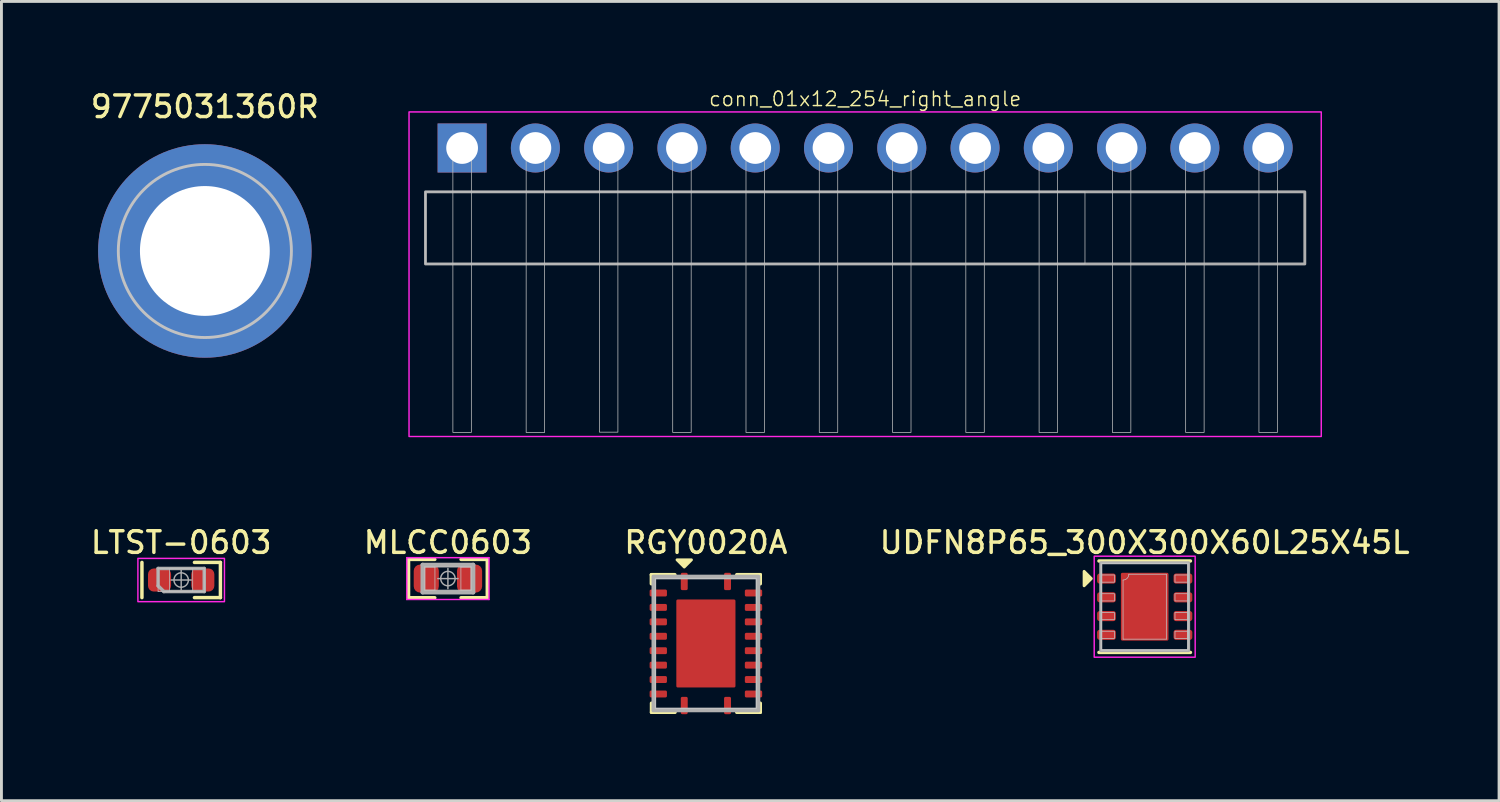
<source format=kicad_pcb>
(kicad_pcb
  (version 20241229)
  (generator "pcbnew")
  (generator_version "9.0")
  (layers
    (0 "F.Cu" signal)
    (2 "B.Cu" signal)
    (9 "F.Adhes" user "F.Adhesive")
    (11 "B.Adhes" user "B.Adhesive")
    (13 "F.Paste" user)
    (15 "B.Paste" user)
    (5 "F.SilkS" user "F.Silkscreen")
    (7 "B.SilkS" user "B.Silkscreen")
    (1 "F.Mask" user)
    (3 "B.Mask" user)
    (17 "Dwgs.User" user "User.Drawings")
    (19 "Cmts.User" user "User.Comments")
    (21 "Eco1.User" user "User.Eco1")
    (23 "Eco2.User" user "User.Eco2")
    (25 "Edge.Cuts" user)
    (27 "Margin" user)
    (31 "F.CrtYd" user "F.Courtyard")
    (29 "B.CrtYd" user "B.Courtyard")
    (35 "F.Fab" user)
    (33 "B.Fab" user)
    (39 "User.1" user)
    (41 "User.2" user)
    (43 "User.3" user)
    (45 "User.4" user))
  (footprint "9775031360R"
    (layer "F.Cu")
    (at 4.051 5.649)
    (property "Reference" "9775031360R" (at 0 -5 0) (unlocked yes) (layer "F.SilkS") (effects (font (size 0.75 0.75) (thickness 0.12))))
    (attr smd)
    (fp_poly (pts (arc (start -0.4 -3.635) (mid -2.585849 -2.585849) (end -3.635 -0.4)) (arc (start -2.24 -0.4) (mid -1.608975 -1.608975) (end -0.4 -2.24))) (stroke (width 0) (type solid)) (fill yes) (layer "B.Paste"))
    (fp_poly (pts (arc (start -0.4 2.24) (mid -1.608975 1.608975) (end -2.24 0.4)) (arc (start -3.635 0.4) (mid -2.585849 2.585849) (end -0.4 3.635))) (stroke (width 0) (type solid)) (fill yes) (layer "B.Paste"))
    (fp_poly (pts (arc (start 0.4 3.635) (mid 2.585849 2.585849) (end 3.635 0.4)) (arc (start 2.24 0.4) (mid 1.608975 1.608975) (end 0.4 2.24))) (stroke (width 0) (type solid)) (fill yes) (layer "B.Paste"))
    (fp_poly (pts (arc (start 2.24 -0.4) (mid 1.608975 -1.608975) (end 0.4 -2.24)) (arc (start 0.4 -3.635) (mid 2.585849 -2.585849) (end 3.635 -0.4))) (stroke (width 0) (type solid)) (fill yes) (layer "B.Paste"))
    (fp_circle (center 0 0) (end 2.1 0) (stroke (width 0.1) (type default)) (fill no) (layer "Dwgs.User"))
    (fp_circle (center 0 0) (end 3 0) (stroke (width 0.1) (type default)) (fill no) (layer "Dwgs.User"))
    (pad "1" thru_hole circle (at 0 0 180) (size 7.4 7.4) (drill 4.5) (layers "*.Cu" "*.Mask")))
  (footprint "MLCC0603"
    (layer "F.Cu")
    (at 12.476 17.005)
    (property "Reference" "MLCC0603" (at 0 -1.25 0) (layer "F.SilkS") (effects (font (size 0.75 0.75) (thickness 0.12))))
    (attr smd)
    (fp_line (start -1.365 -0.665) (end -0.455 -0.665) (stroke (width 0.12) (type solid)) (layer "F.SilkS"))
    (fp_line (start -1.365 0.665) (end -1.365 -0.665) (stroke (width 0.12) (type solid)) (layer "F.SilkS"))
    (fp_line (start -0.455 0.665) (end -1.365 0.665) (stroke (width 0.12) (type solid)) (layer "F.SilkS"))
    (fp_line (start 0.455 0.665) (end 1.365 0.665) (stroke (width 0.12) (type solid)) (layer "F.SilkS"))
    (fp_line (start 1.365 -0.665) (end 0.455 -0.665) (stroke (width 0.12) (type solid)) (layer "F.SilkS"))
    (fp_line (start 1.365 0.665) (end 1.365 -0.665) (stroke (width 0.12) (type solid)) (layer "F.SilkS"))
    (fp_line (start -0.8 -0.4) (end -0.45 -0.4) (stroke (width 0.025) (type solid)) (layer "Dwgs.User"))
    (fp_line (start -0.8 -0.4) (end 0.8 -0.4) (stroke (width 0.025) (type solid)) (layer "Dwgs.User"))
    (fp_line (start -0.8 0.4) (end -0.8 -0.4) (stroke (width 0.025) (type solid)) (layer "Dwgs.User"))
    (fp_line (start -0.8 0.4) (end -0.8 -0.4) (stroke (width 0.025) (type solid)) (layer "Dwgs.User"))
    (fp_line (start -0.45 -0.4) (end -0.45 0.4) (stroke (width 0.025) (type solid)) (layer "Dwgs.User"))
    (fp_line (start -0.45 0.4) (end -0.8 0.4) (stroke (width 0.025) (type solid)) (layer "Dwgs.User"))
    (fp_line (start 0.45 -0.4) (end 0.8 -0.4) (stroke (width 0.025) (type solid)) (layer "Dwgs.User"))
    (fp_line (start 0.45 0.4) (end 0.45 -0.4) (stroke (width 0.025) (type solid)) (layer "Dwgs.User"))
    (fp_line (start 0.8 -0.4) (end 0.8 0.4) (stroke (width 0.025) (type solid)) (layer "Dwgs.User"))
    (fp_line (start 0.8 -0.4) (end 0.8 0.4) (stroke (width 0.025) (type solid)) (layer "Dwgs.User"))
    (fp_line (start 0.8 0.4) (end -0.8 0.4) (stroke (width 0.025) (type solid)) (layer "Dwgs.User"))
    (fp_line (start 0.8 0.4) (end 0.45 0.4) (stroke (width 0.025) (type solid)) (layer "Dwgs.User"))
    (fp_line (start -1.425 -0.725) (end 1.425 -0.725) (stroke (width 0.05) (type solid)) (layer "F.CrtYd"))
    (fp_line (start -1.425 0.725) (end -1.425 -0.725) (stroke (width 0.05) (type solid)) (layer "F.CrtYd"))
    (fp_line (start 1.425 -0.725) (end 1.425 0.725) (stroke (width 0.05) (type solid)) (layer "F.CrtYd"))
    (fp_line (start 1.425 0.725) (end -1.425 0.725) (stroke (width 0.05) (type solid)) (layer "F.CrtYd"))
    (fp_line (start -0.875 -0.475) (end 0.875 -0.475) (stroke (width 0.15) (type solid)) (layer "F.Fab"))
    (fp_line (start -0.875 0.475) (end -0.875 -0.475) (stroke (width 0.15) (type solid)) (layer "F.Fab"))
    (fp_line (start 0 -0.35) (end 0 0.35) (stroke (width 0.05) (type solid)) (layer "F.Fab"))
    (fp_line (start 0.35 0) (end -0.35 0) (stroke (width 0.05) (type solid)) (layer "F.Fab"))
    (fp_line (start 0.875 -0.475) (end 0.875 0.475) (stroke (width 0.15) (type solid)) (layer "F.Fab"))
    (fp_line (start 0.875 0.475) (end -0.875 0.475) (stroke (width 0.15) (type solid)) (layer "F.Fab"))
    (fp_circle (center 0 0) (end 0.25 0) (stroke (width 0.05) (type solid)) (fill no) (layer "F.Fab"))
    (pad "1" smd roundrect (at -0.75 0) (size 0.871 0.97) (layers "F.Cu" "F.Mask" "F.Paste") (roundrect_rratio 0.25))
    (pad "2" smd roundrect (at 0.75 0) (size 0.871 0.97) (layers "F.Cu" "F.Mask" "F.Paste") (roundrect_rratio 0.25)))
  (footprint "UDFN8P65_300X300X60L25X45L"
    (layer "F.Cu")
    (at 36.628 17.98)
    (property "Reference" "UDFN8P65_300X300X60L25X45L" (at 0 -2.225 0) (unlocked yes) (layer "F.SilkS") (effects (font (size 0.75 0.75) (thickness 0.12))))
    (attr smd)
    (fp_line (start 1.585 -1.585) (end -1.585 -1.585) (stroke (width 0.12) (type default)) (layer "F.SilkS"))
    (fp_line (start 1.585 1.585) (end -1.585 1.585) (stroke (width 0.12) (type default)) (layer "F.SilkS"))
    (fp_poly (pts (xy -1.85 -0.975) (xy -2.1 -0.725) (xy -2.1 -1.225)) (stroke (width 0.1) (type solid)) (fill yes) (layer "F.SilkS"))
    (fp_line (start -0.75 -0.925) (end -0.75 1.125) (stroke (width 0.025) (type default)) (layer "Dwgs.User"))
    (fp_line (start -0.75 1.125) (end 0.75 1.125) (stroke (width 0.025) (type default)) (layer "Dwgs.User"))
    (fp_line (start 0.75 -1.125) (end -0.55 -1.125) (stroke (width 0.025) (type default)) (layer "Dwgs.User"))
    (fp_line (start 0.75 1.125) (end 0.75 -1.125) (stroke (width 0.025) (type default)) (layer "Dwgs.User"))
    (fp_rect (start -1.5 -1.5) (end 1.5 1.5) (stroke (width 0.05) (type default)) (fill no) (layer "Dwgs.User"))
    (fp_rect (start -1.5 -1.1) (end -1.05 -0.85) (stroke (width 0.025) (type default)) (fill no) (layer "Dwgs.User"))
    (fp_rect (start -1.5 -0.45) (end -1.05 -0.2) (stroke (width 0.025) (type default)) (fill no) (layer "Dwgs.User"))
    (fp_rect (start -1.5 0.2) (end -1.05 0.45) (stroke (width 0.025) (type default)) (fill no) (layer "Dwgs.User"))
    (fp_rect (start -1.5 0.85) (end -1.05 1.1) (stroke (width 0.025) (type default)) (fill no) (layer "Dwgs.User"))
    (fp_rect (start 1.05 -1.1) (end 1.5 -0.85) (stroke (width 0.025) (type default)) (fill no) (layer "Dwgs.User"))
    (fp_rect (start 1.05 -0.45) (end 1.5 -0.2) (stroke (width 0.025) (type default)) (fill no) (layer "Dwgs.User"))
    (fp_rect (start 1.05 0.2) (end 1.5 0.45) (stroke (width 0.025) (type default)) (fill no) (layer "Dwgs.User"))
    (fp_rect (start 1.05 0.85) (end 1.5 1.1) (stroke (width 0.025) (type default)) (fill no) (layer "Dwgs.User"))
    (fp_arc (start -0.55 -1.125) (mid -0.608579 -0.983579) (end -0.75 -0.925) (stroke (width 0.025) (type default)) (layer "Dwgs.User"))
    (fp_rect (start -1.75 -1.75) (end 1.75 1.75) (stroke (width 0.05) (type default)) (fill no) (layer "F.CrtYd"))
    (fp_rect (start -1.525 -1.525) (end 1.525 1.525) (stroke (width 0.1) (type default)) (fill no) (layer "F.Fab"))
    (pad "1" smd roundrect (at -1.325 -0.975) (size 0.65 0.35) (layers "F.Cu" "F.Mask" "F.Paste") (roundrect_rratio 0.25))
    (pad "2" smd roundrect (at -1.325 -0.325) (size 0.65 0.35) (layers "F.Cu" "F.Mask" "F.Paste") (roundrect_rratio 0.25))
    (pad "3" smd roundrect (at -1.325 0.325) (size 0.65 0.35) (layers "F.Cu" "F.Mask" "F.Paste") (roundrect_rratio 0.25))
    (pad "4" smd roundrect (at -1.325 0.975) (size 0.65 0.35) (layers "F.Cu" "F.Mask" "F.Paste") (roundrect_rratio 0.25))
    (pad "5" smd roundrect (at 1.325 0.975) (size 0.65 0.35) (layers "F.Cu" "F.Mask" "F.Paste") (roundrect_rratio 0.25))
    (pad "6" smd roundrect (at 1.325 0.325) (size 0.65 0.35) (layers "F.Cu" "F.Mask" "F.Paste") (roundrect_rratio 0.25))
    (pad "7" smd roundrect (at 1.325 -0.325) (size 0.65 0.35) (layers "F.Cu" "F.Mask" "F.Paste") (roundrect_rratio 0.25))
    (pad "8" smd roundrect (at 1.325 -0.975) (size 0.65 0.35) (layers "F.Cu" "F.Mask" "F.Paste") (roundrect_rratio 0.25))
    (pad "9" smd roundrect (at 0 0) (size 1.65 2.35) (layers "F.Cu" "F.Mask" "F.Paste") (roundrect_rratio 0.03)))
  (footprint "RGY0020A"
    (layer "F.Cu")
    (at 21.418 19.255)
    (property "Reference" "RGY0020A" (at 0 -3.5 0) (unlocked yes) (layer "F.SilkS") (effects (font (size 0.75 0.75) (thickness 0.12))))
    (attr smd)
    (fp_line (start -1.89 -2.385) (end -1.89 -2.07) (stroke (width 0.12) (type default)) (layer "F.SilkS"))
    (fp_line (start -1.885 2.385) (end -1.885 2.07) (stroke (width 0.12) (type default)) (layer "F.SilkS"))
    (fp_line (start -1.075 -2.385) (end -1.89 -2.385) (stroke (width 0.12) (type default)) (layer "F.SilkS"))
    (fp_line (start -1.07 2.385) (end -1.885 2.385) (stroke (width 0.12) (type default)) (layer "F.SilkS"))
    (fp_line (start 1.07 -2.385) (end 1.885 -2.385) (stroke (width 0.12) (type default)) (layer "F.SilkS"))
    (fp_line (start 1.07 2.385) (end 1.885 2.385) (stroke (width 0.12) (type default)) (layer "F.SilkS"))
    (fp_line (start 1.885 -2.385) (end 1.885 -2.07) (stroke (width 0.12) (type default)) (layer "F.SilkS"))
    (fp_line (start 1.885 2.385) (end 1.885 2.07) (stroke (width 0.12) (type default)) (layer "F.SilkS"))
    (fp_poly (pts (xy -0.75 -2.65) (xy -1 -2.9) (xy -0.5 -2.9)) (stroke (width 0.1) (type solid)) (fill yes) (layer "F.SilkS"))
    (fp_rect (start -1.75 -2.25) (end 1.75 2.25) (stroke (width 0.05) (type default)) (fill no) (layer "Dwgs.User"))
    (fp_rect (start -1.825 -2.325) (end 1.825 2.325) (stroke (width 0.12) (type default)) (fill no) (layer "F.Fab"))
    (pad "1" smd roundrect (at -0.75 -2.15 90) (size 0.6 0.24) (layers "F.Cu" "F.Mask" "F.Paste") (roundrect_rratio 0.208))
    (pad "2" smd roundrect (at -1.65 -1.75) (size 0.6 0.24) (layers "F.Cu" "F.Mask" "F.Paste") (roundrect_rratio 0.208))
    (pad "3" smd roundrect (at -1.65 -1.25) (size 0.6 0.24) (layers "F.Cu" "F.Mask" "F.Paste") (roundrect_rratio 0.208))
    (pad "4" smd roundrect (at -1.65 -0.75) (size 0.6 0.24) (layers "F.Cu" "F.Mask" "F.Paste") (roundrect_rratio 0.208))
    (pad "5" smd roundrect (at -1.65 -0.25) (size 0.6 0.24) (layers "F.Cu" "F.Mask" "F.Paste") (roundrect_rratio 0.208))
    (pad "6" smd roundrect (at -1.65 0.25) (size 0.6 0.24) (layers "F.Cu" "F.Mask" "F.Paste") (roundrect_rratio 0.208))
    (pad "7" smd roundrect (at -1.65 0.75) (size 0.6 0.24) (layers "F.Cu" "F.Mask" "F.Paste") (roundrect_rratio 0.208))
    (pad "8" smd roundrect (at -1.65 1.25) (size 0.6 0.24) (layers "F.Cu" "F.Mask" "F.Paste") (roundrect_rratio 0.208))
    (pad "9" smd roundrect (at -1.65 1.75) (size 0.6 0.24) (layers "F.Cu" "F.Mask" "F.Paste") (roundrect_rratio 0.208))
    (pad "10" smd roundrect (at -0.75 2.15 90) (size 0.6 0.24) (layers "F.Cu" "F.Mask" "F.Paste") (roundrect_rratio 0.208))
    (pad "11" smd roundrect (at 0.75 2.15 90) (size 0.6 0.24) (layers "F.Cu" "F.Mask" "F.Paste") (roundrect_rratio 0.208))
    (pad "12" smd roundrect (at 1.65 1.75) (size 0.6 0.24) (layers "F.Cu" "F.Mask" "F.Paste") (roundrect_rratio 0.208))
    (pad "13" smd roundrect (at 1.65 1.25) (size 0.6 0.24) (layers "F.Cu" "F.Mask" "F.Paste") (roundrect_rratio 0.208))
    (pad "14" smd roundrect (at 1.65 0.75) (size 0.6 0.24) (layers "F.Cu" "F.Mask" "F.Paste") (roundrect_rratio 0.208))
    (pad "15" smd roundrect (at 1.65 0.25) (size 0.6 0.24) (layers "F.Cu" "F.Mask" "F.Paste") (roundrect_rratio 0.208))
    (pad "16" smd roundrect (at 1.65 -0.25) (size 0.6 0.24) (layers "F.Cu" "F.Mask" "F.Paste") (roundrect_rratio 0.208))
    (pad "17" smd roundrect (at 1.65 -0.75) (size 0.6 0.24) (layers "F.Cu" "F.Mask" "F.Paste") (roundrect_rratio 0.208))
    (pad "18" smd roundrect (at 1.65 -1.25) (size 0.6 0.24) (layers "F.Cu" "F.Mask" "F.Paste") (roundrect_rratio 0.208))
    (pad "19" smd roundrect (at 1.65 -1.75) (size 0.6 0.24) (layers "F.Cu" "F.Mask" "F.Paste") (roundrect_rratio 0.208))
    (pad "20" smd roundrect (at 0.75 -2.15 90) (size 0.6 0.24) (layers "F.Cu" "F.Mask" "F.Paste") (roundrect_rratio 0.208))
    (pad "21" smd roundrect (at 0 0 180) (size 2.05 3.05) (layers "F.Cu" "F.Mask" "F.Paste") (roundrect_rratio 0.024)))
  (footprint "conn_01x12_254_right_angle"
    (layer "F.Cu")
    (at 26.938 2.08)
    (property "Reference" "conn_01x12_254_right_angle" (at 0 -1.7 0) (unlocked yes) (layer "F.SilkS") (effects (font (size 0.5 0.5) (thickness 0.05))))
    (attr through_hole)
    (fp_rect (start -15.24 1.52) (end 7.62 4.02) (stroke (width 0.025) (type default)) (fill no) (layer "Dwgs.User"))
    (fp_rect (start -14.29 -0.32) (end -13.65 0.32) (stroke (width 0.025) (type default)) (fill no) (layer "Dwgs.User"))
    (fp_rect (start -14.29 0.32) (end -13.65 9.86) (stroke (width 0.025) (type default)) (fill no) (layer "Dwgs.User"))
    (fp_rect (start -11.75 -0.32) (end -11.11 0.32) (stroke (width 0.025) (type default)) (fill no) (layer "Dwgs.User"))
    (fp_rect (start -11.75 0.32) (end -11.11 9.86) (stroke (width 0.025) (type default)) (fill no) (layer "Dwgs.User"))
    (fp_rect (start -9.21 -0.33) (end -8.57 0.31) (stroke (width 0.025) (type default)) (fill no) (layer "Dwgs.User"))
    (fp_rect (start -9.21 0.31) (end -8.57 9.85) (stroke (width 0.025) (type default)) (fill no) (layer "Dwgs.User"))
    (fp_rect (start -6.67 -0.32) (end -6.03 0.32) (stroke (width 0.025) (type default)) (fill no) (layer "Dwgs.User"))
    (fp_rect (start -6.67 0.32) (end -6.03 9.86) (stroke (width 0.025) (type default)) (fill no) (layer "Dwgs.User"))
    (fp_rect (start -4.13 -0.32) (end -3.49 0.32) (stroke (width 0.025) (type default)) (fill no) (layer "Dwgs.User"))
    (fp_rect (start -4.13 0.32) (end -3.49 9.86) (stroke (width 0.025) (type default)) (fill no) (layer "Dwgs.User"))
    (fp_rect (start -1.59 -0.32) (end -0.95 0.32) (stroke (width 0.025) (type default)) (fill no) (layer "Dwgs.User"))
    (fp_rect (start -1.59 0.32) (end -0.95 9.86) (stroke (width 0.025) (type default)) (fill no) (layer "Dwgs.User"))
    (fp_rect (start 0.95 -0.32) (end 1.59 0.32) (stroke (width 0.025) (type default)) (fill no) (layer "Dwgs.User"))
    (fp_rect (start 0.95 0.32) (end 1.59 9.86) (stroke (width 0.025) (type default)) (fill no) (layer "Dwgs.User"))
    (fp_rect (start 3.49 -0.32) (end 4.13 0.32) (stroke (width 0.025) (type default)) (fill no) (layer "Dwgs.User"))
    (fp_rect (start 3.49 0.32) (end 4.13 9.86) (stroke (width 0.025) (type default)) (fill no) (layer "Dwgs.User"))
    (fp_rect (start 6.03 -0.32) (end 6.67 0.32) (stroke (width 0.025) (type default)) (fill no) (layer "Dwgs.User"))
    (fp_rect (start 6.03 0.32) (end 6.67 9.86) (stroke (width 0.025) (type default)) (fill no) (layer "Dwgs.User"))
    (fp_rect (start 8.57 -0.32) (end 9.21 0.32) (stroke (width 0.025) (type default)) (fill no) (layer "Dwgs.User"))
    (fp_rect (start 8.57 0.32) (end 9.21 9.86) (stroke (width 0.025) (type default)) (fill no) (layer "Dwgs.User"))
    (fp_rect (start 11.11 -0.32) (end 11.75 0.32) (stroke (width 0.025) (type default)) (fill no) (layer "Dwgs.User"))
    (fp_rect (start 11.11 0.32) (end 11.75 9.86) (stroke (width 0.025) (type default)) (fill no) (layer "Dwgs.User"))
    (fp_rect (start 13.65 -0.32) (end 14.29 0.32) (stroke (width 0.025) (type default)) (fill no) (layer "Dwgs.User"))
    (fp_rect (start 13.65 0.32) (end 14.29 9.86) (stroke (width 0.025) (type default)) (fill no) (layer "Dwgs.User"))
    (fp_rect (start -15.81 -1.25) (end 15.81 10) (stroke (width 0.05) (type default)) (fill no) (layer "F.CrtYd"))
    (fp_rect (start -15.24 1.52) (end 15.24 4.02) (stroke (width 0.1) (type default)) (fill no) (layer "F.Fab"))
    (pad "1" thru_hole rect (at -13.97 0 90) (size 1.7 1.7) (drill 1.1) (layers "*.Cu" "*.Mask"))
    (pad "2" thru_hole circle (at -11.43 0 90) (size 1.7 1.7) (drill 1.1) (layers "*.Cu" "*.Mask"))
    (pad "3" thru_hole circle (at -8.89 0 90) (size 1.7 1.7) (drill 1.1) (layers "*.Cu" "*.Mask"))
    (pad "4" thru_hole circle (at -6.35 0 90) (size 1.7 1.7) (drill 1.1) (layers "*.Cu" "*.Mask"))
    (pad "5" thru_hole circle (at -3.81 0 90) (size 1.7 1.7) (drill 1.1) (layers "*.Cu" "*.Mask"))
    (pad "6" thru_hole circle (at -1.27 0 90) (size 1.7 1.7) (drill 1.1) (layers "*.Cu" "*.Mask"))
    (pad "7" thru_hole circle (at 1.27 0 90) (size 1.7 1.7) (drill 1.1) (layers "*.Cu" "*.Mask"))
    (pad "8" thru_hole circle (at 3.81 0 90) (size 1.7 1.7) (drill 1.1) (layers "*.Cu" "*.Mask"))
    (pad "9" thru_hole circle (at 6.35 0 90) (size 1.7 1.7) (drill 1.1) (layers "*.Cu" "*.Mask"))
    (pad "10" thru_hole circle (at 8.89 0 90) (size 1.7 1.7) (drill 1.1) (layers "*.Cu" "*.Mask"))
    (pad "11" thru_hole circle (at 11.43 0 90) (size 1.7 1.7) (drill 1.1) (layers "*.Cu" "*.Mask"))
    (pad "12" thru_hole circle (at 13.97 0 90) (size 1.7 1.7) (drill 1.1) (layers "*.Cu" "*.Mask")))
  (footprint "LTST-0603"
    (layer "F.Cu")
    (at 3.23 17.055)
    (property "Reference" "LTST-0603" (at 0 -1.3 0) (layer "F.SilkS") (effects (font (size 0.75 0.75) (thickness 0.12))))
    (attr smd)
    (fp_line (start -1.36 0.61) (end -1.36 -0.61) (stroke (width 0.12) (type solid)) (layer "F.SilkS"))
    (fp_line (start 0.46 -0.61) (end 1.36 -0.61) (stroke (width 0.12) (type solid)) (layer "F.SilkS"))
    (fp_line (start 0.46 0.61) (end 1.36 0.61) (stroke (width 0.12) (type solid)) (layer "F.SilkS"))
    (fp_line (start 1.36 0.61) (end 1.36 -0.61) (stroke (width 0.12) (type solid)) (layer "F.SilkS"))
    (fp_line (start -0.8 -0.4) (end -0.8 0.4) (stroke (width 0.025) (type solid)) (layer "Dwgs.User"))
    (fp_line (start -0.8 -0.4) (end 0.8 -0.4) (stroke (width 0.025) (type solid)) (layer "Dwgs.User"))
    (fp_line (start -0.4 -0.4) (end -0.4 0.4) (stroke (width 0.025) (type solid)) (layer "Dwgs.User"))
    (fp_line (start 0.4 0.4) (end 0.4 -0.4) (stroke (width 0.025) (type solid)) (layer "Dwgs.User"))
    (fp_line (start 0.8 -0.4) (end 0.8 0.4) (stroke (width 0.025) (type solid)) (layer "Dwgs.User"))
    (fp_line (start 0.8 0.4) (end -0.8 0.4) (stroke (width 0.025) (type solid)) (layer "Dwgs.User"))
    (fp_rect (start -1.5 -0.75) (end 1.5 0.75) (stroke (width 0.05) (type default)) (fill no) (layer "F.CrtYd"))
    (fp_line (start -0.8 -0.4) (end -0.8 0.2) (stroke (width 0.12) (type solid)) (layer "F.Fab"))
    (fp_line (start -0.8 0.2) (end -0.6 0.4) (stroke (width 0.12) (type solid)) (layer "F.Fab"))
    (fp_line (start -0.6 0.4) (end 0.8 0.4) (stroke (width 0.12) (type solid)) (layer "F.Fab"))
    (fp_line (start 0 -0.35) (end 0 0.35) (stroke (width 0.05) (type solid)) (layer "F.Fab"))
    (fp_line (start 0.35 0) (end -0.35 0) (stroke (width 0.05) (type solid)) (layer "F.Fab"))
    (fp_line (start 0.8 -0.4) (end -0.8 -0.4) (stroke (width 0.12) (type solid)) (layer "F.Fab"))
    (fp_line (start 0.8 0.4) (end 0.8 -0.4) (stroke (width 0.12) (type solid)) (layer "F.Fab"))
    (fp_circle (center 0 0) (end 0.25 0) (stroke (width 0.05) (type solid)) (fill no) (layer "F.Fab"))
    (pad "1" smd roundrect (at 0.75 0) (size 0.8 0.8) (layers "F.Cu" "F.Mask" "F.Paste") (roundrect_rratio 0.25))
    (pad "2" smd roundrect (at -0.75 0) (size 0.8 0.8) (layers "F.Cu" "F.Mask" "F.Paste") (roundrect_rratio 0.25)))
  (gr_rect
    (start -3 -3)
    (end 48.911 24.705)
    (stroke (width 0.1) (type default))
    (fill no)
    (layer "Edge.Cuts")))
</source>
